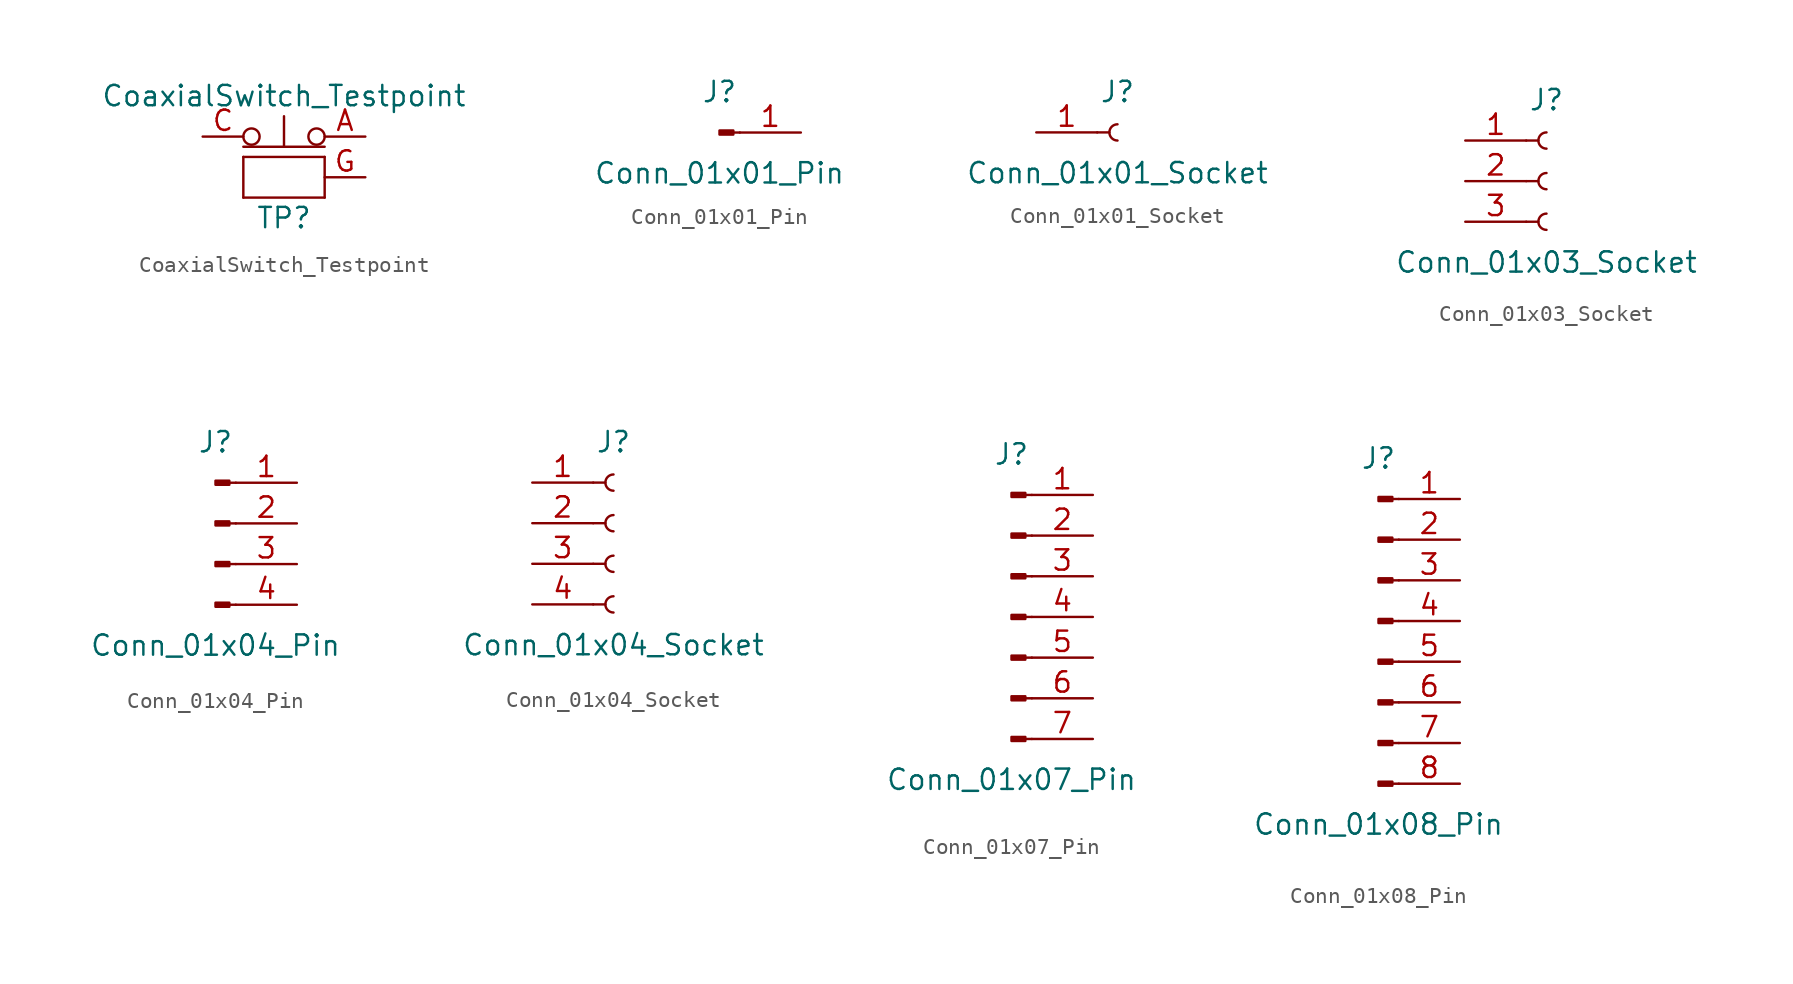
<source format=kicad_sym>
(kicad_symbol_lib
  (version 20220914)
  (generator kicad_symbol_editor)
  (symbol "CoaxialSwitch_Testpoint"
    (pin_names
      (offset 1.016) hide)
    (property "Reference" "TP"
      (at 0 -3.81 0)
      (effects (font (size 1.27 1.27))))
    (property "Value" "CoaxialSwitch_Testpoint"
      (at 0 3.81 0)
      (effects (font (size 1.27 1.27))))
    (symbol "CoaxialSwitch_Testpoint_0_1"
      (rectangle (start -2.54 -2.54) (end 2.54 -2.54) (stroke (width 0) (type default)) (fill (type none)))
      (rectangle (start -2.54 0) (end -2.54 -2.54) (stroke (width 0) (type default)) (fill (type none)))
      (rectangle (start 2.54 0) (end -2.54 0) (stroke (width 0) (type default)) (fill (type none)))
      (rectangle (start 2.54 0) (end 2.54 -2.54) (stroke (width 0) (type default)) (fill (type none))))
    (symbol "CoaxialSwitch_Testpoint_1_1"
      (circle (center -2.032 1.27) (radius 0.508) (stroke (width 0) (type default)) (fill (type none)))
      (polyline (pts (xy -2.54 0.635) (xy 2.54 0.635)) (stroke (width 0) (type default)) (fill (type none)))
      (polyline (pts (xy 0 0.635) (xy 0 2.54)) (stroke (width 0) (type default)) (fill (type none)))
      (circle (center 2.032 1.27) (radius 0.508) (stroke (width 0) (type default)) (fill (type none)))
      (pin passive line (at 5.08 1.27 180) (length 2.54) (name "A" (effects (font (size 1.27 1.27)))) (number "A" (effects (font (size 1.27 1.27)))))
      (pin passive line (at -5.08 1.27 0) (length 2.54) (name "C" (effects (font (size 1.27 1.27)))) (number "C" (effects (font (size 1.27 1.27)))))
      (pin passive line (at 5.08 -1.27 180) (length 2.54) (name "G" (effects (font (size 1.27 1.27)))) (number "G" (effects (font (size 1.27 1.27)))))))
  (symbol "Conn_01x01_Pin"
    (pin_names
      (offset 1.016) hide)
    (property "Reference" "J"
      (at 0 2.54 0)
      (effects (font (size 1.27 1.27))))
    (property "Value" "Conn_01x01_Pin"
      (at 0 -2.54 0)
      (effects (font (size 1.27 1.27))))
    (property "ki_locked" ""
      (at 0 0 0)
      (effects (font (size 1.27 1.27))))
    (symbol "Conn_01x01_Pin_1_1"
      (polyline (pts (xy 1.27 0) (xy 0.864 0)) (stroke (width 0.152) (type default)) (fill (type none)))
      (rectangle (start 0.864 0.127) (end 0 -0.127) (stroke (width 0.152) (type default)) (fill (type outline)))
      (pin passive line (at 5.08 0 180) (length 3.81) (name "Pin_1" (effects (font (size 1.27 1.27)))) (number "1" (effects (font (size 1.27 1.27)))))))
  (symbol "Conn_01x01_Socket"
    (pin_names
      (offset 1.016) hide)
    (property "Reference" "J"
      (at 0 2.54 0)
      (effects (font (size 1.27 1.27))))
    (property "Value" "Conn_01x01_Socket"
      (at 0 -2.54 0)
      (effects (font (size 1.27 1.27))))
    (property "ki_locked" ""
      (at 0 0 0)
      (effects (font (size 1.27 1.27))))
    (symbol "Conn_01x01_Socket_1_1"
      (polyline (pts (xy -1.27 0) (xy -0.508 0)) (stroke (width 0.152) (type default)) (fill (type none)))
      (arc (start 0 0.508) (mid -0.5058 0) (end 0 -0.508) (stroke (width 0.1524) (type default)) (fill (type none)))
      (pin passive line (at -5.08 0 0) (length 3.81) (name "Pin_1" (effects (font (size 1.27 1.27)))) (number "1" (effects (font (size 1.27 1.27)))))))
  (symbol "Conn_01x03_Socket"
    (pin_names
      (offset 1.016) hide)
    (property "Reference" "J"
      (at 0 5.08 0)
      (effects (font (size 1.27 1.27))))
    (property "Value" "Conn_01x03_Socket"
      (at 0 -5.08 0)
      (effects (font (size 1.27 1.27))))
    (property "ki_locked" ""
      (at 0 0 0)
      (effects (font (size 1.27 1.27))))
    (symbol "Conn_01x03_Socket_1_1"
      (arc (start 0 -2.032) (mid -0.5058 -2.54) (end 0 -3.048) (stroke (width 0.1524) (type default)) (fill (type none)))
      (polyline (pts (xy -1.27 -2.54) (xy -0.508 -2.54)) (stroke (width 0.152) (type default)) (fill (type none)))
      (polyline (pts (xy -1.27 0) (xy -0.508 0)) (stroke (width 0.152) (type default)) (fill (type none)))
      (polyline (pts (xy -1.27 2.54) (xy -0.508 2.54)) (stroke (width 0.152) (type default)) (fill (type none)))
      (arc (start 0 0.508) (mid -0.5058 0) (end 0 -0.508) (stroke (width 0.1524) (type default)) (fill (type none)))
      (arc (start 0 3.048) (mid -0.5058 2.54) (end 0 2.032) (stroke (width 0.1524) (type default)) (fill (type none)))
      (pin passive line (at -5.08 2.54 0) (length 3.81) (name "Pin_1" (effects (font (size 1.27 1.27)))) (number "1" (effects (font (size 1.27 1.27)))))
      (pin passive line (at -5.08 0 0) (length 3.81) (name "Pin_2" (effects (font (size 1.27 1.27)))) (number "2" (effects (font (size 1.27 1.27)))))
      (pin passive line (at -5.08 -2.54 0) (length 3.81) (name "Pin_3" (effects (font (size 1.27 1.27)))) (number "3" (effects (font (size 1.27 1.27)))))))
  (symbol "Conn_01x04_Pin"
    (pin_names
      (offset 1.016) hide)
    (property "Reference" "J"
      (at 0 5.08 0)
      (effects (font (size 1.27 1.27))))
    (property "Value" "Conn_01x04_Pin"
      (at 0 -7.62 0)
      (effects (font (size 1.27 1.27))))
    (property "ki_locked" ""
      (at 0 0 0)
      (effects (font (size 1.27 1.27))))
    (symbol "Conn_01x04_Pin_1_1"
      (polyline (pts (xy 1.27 -5.08) (xy 0.864 -5.08)) (stroke (width 0.152) (type default)) (fill (type none)))
      (polyline (pts (xy 1.27 -2.54) (xy 0.864 -2.54)) (stroke (width 0.152) (type default)) (fill (type none)))
      (polyline (pts (xy 1.27 0) (xy 0.864 0)) (stroke (width 0.152) (type default)) (fill (type none)))
      (polyline (pts (xy 1.27 2.54) (xy 0.864 2.54)) (stroke (width 0.152) (type default)) (fill (type none)))
      (rectangle (start 0.864 -4.953) (end 0 -5.207) (stroke (width 0.152) (type default)) (fill (type outline)))
      (rectangle (start 0.864 -2.413) (end 0 -2.667) (stroke (width 0.152) (type default)) (fill (type outline)))
      (rectangle (start 0.864 0.127) (end 0 -0.127) (stroke (width 0.152) (type default)) (fill (type outline)))
      (rectangle (start 0.864 2.667) (end 0 2.413) (stroke (width 0.152) (type default)) (fill (type outline)))
      (pin passive line (at 5.08 2.54 180) (length 3.81) (name "Pin_1" (effects (font (size 1.27 1.27)))) (number "1" (effects (font (size 1.27 1.27)))))
      (pin passive line (at 5.08 0 180) (length 3.81) (name "Pin_2" (effects (font (size 1.27 1.27)))) (number "2" (effects (font (size 1.27 1.27)))))
      (pin passive line (at 5.08 -2.54 180) (length 3.81) (name "Pin_3" (effects (font (size 1.27 1.27)))) (number "3" (effects (font (size 1.27 1.27)))))
      (pin passive line (at 5.08 -5.08 180) (length 3.81) (name "Pin_4" (effects (font (size 1.27 1.27)))) (number "4" (effects (font (size 1.27 1.27)))))))
  (symbol "Conn_01x04_Socket"
    (pin_names
      (offset 1.016) hide)
    (property "Reference" "J"
      (at 0 5.08 0)
      (effects (font (size 1.27 1.27))))
    (property "Value" "Conn_01x04_Socket"
      (at 0 -7.62 0)
      (effects (font (size 1.27 1.27))))
    (property "ki_locked" ""
      (at 0 0 0)
      (effects (font (size 1.27 1.27))))
    (symbol "Conn_01x04_Socket_1_1"
      (arc (start 0 -4.572) (mid -0.5058 -5.08) (end 0 -5.588) (stroke (width 0.1524) (type default)) (fill (type none)))
      (arc (start 0 -2.032) (mid -0.5058 -2.54) (end 0 -3.048) (stroke (width 0.1524) (type default)) (fill (type none)))
      (polyline (pts (xy -1.27 -5.08) (xy -0.508 -5.08)) (stroke (width 0.152) (type default)) (fill (type none)))
      (polyline (pts (xy -1.27 -2.54) (xy -0.508 -2.54)) (stroke (width 0.152) (type default)) (fill (type none)))
      (polyline (pts (xy -1.27 0) (xy -0.508 0)) (stroke (width 0.152) (type default)) (fill (type none)))
      (polyline (pts (xy -1.27 2.54) (xy -0.508 2.54)) (stroke (width 0.152) (type default)) (fill (type none)))
      (arc (start 0 0.508) (mid -0.5058 0) (end 0 -0.508) (stroke (width 0.1524) (type default)) (fill (type none)))
      (arc (start 0 3.048) (mid -0.5058 2.54) (end 0 2.032) (stroke (width 0.1524) (type default)) (fill (type none)))
      (pin passive line (at -5.08 2.54 0) (length 3.81) (name "Pin_1" (effects (font (size 1.27 1.27)))) (number "1" (effects (font (size 1.27 1.27)))))
      (pin passive line (at -5.08 0 0) (length 3.81) (name "Pin_2" (effects (font (size 1.27 1.27)))) (number "2" (effects (font (size 1.27 1.27)))))
      (pin passive line (at -5.08 -2.54 0) (length 3.81) (name "Pin_3" (effects (font (size 1.27 1.27)))) (number "3" (effects (font (size 1.27 1.27)))))
      (pin passive line (at -5.08 -5.08 0) (length 3.81) (name "Pin_4" (effects (font (size 1.27 1.27)))) (number "4" (effects (font (size 1.27 1.27)))))))
  (symbol "Conn_01x07_Pin"
    (pin_names
      (offset 1.016) hide)
    (property "Reference" "J"
      (at 0 10.16 0)
      (effects (font (size 1.27 1.27))))
    (property "Value" "Conn_01x07_Pin"
      (at 0 -10.16 0)
      (effects (font (size 1.27 1.27))))
    (property "ki_locked" ""
      (at 0 0 0)
      (effects (font (size 1.27 1.27))))
    (symbol "Conn_01x07_Pin_1_1"
      (polyline (pts (xy 1.27 -7.62) (xy 0.864 -7.62)) (stroke (width 0.152) (type default)) (fill (type none)))
      (polyline (pts (xy 1.27 -5.08) (xy 0.864 -5.08)) (stroke (width 0.152) (type default)) (fill (type none)))
      (polyline (pts (xy 1.27 -2.54) (xy 0.864 -2.54)) (stroke (width 0.152) (type default)) (fill (type none)))
      (polyline (pts (xy 1.27 0) (xy 0.864 0)) (stroke (width 0.152) (type default)) (fill (type none)))
      (polyline (pts (xy 1.27 2.54) (xy 0.864 2.54)) (stroke (width 0.152) (type default)) (fill (type none)))
      (polyline (pts (xy 1.27 5.08) (xy 0.864 5.08)) (stroke (width 0.152) (type default)) (fill (type none)))
      (polyline (pts (xy 1.27 7.62) (xy 0.864 7.62)) (stroke (width 0.152) (type default)) (fill (type none)))
      (rectangle (start 0.864 -7.493) (end 0 -7.747) (stroke (width 0.152) (type default)) (fill (type outline)))
      (rectangle (start 0.864 -4.953) (end 0 -5.207) (stroke (width 0.152) (type default)) (fill (type outline)))
      (rectangle (start 0.864 -2.413) (end 0 -2.667) (stroke (width 0.152) (type default)) (fill (type outline)))
      (rectangle (start 0.864 0.127) (end 0 -0.127) (stroke (width 0.152) (type default)) (fill (type outline)))
      (rectangle (start 0.864 2.667) (end 0 2.413) (stroke (width 0.152) (type default)) (fill (type outline)))
      (rectangle (start 0.864 5.207) (end 0 4.953) (stroke (width 0.152) (type default)) (fill (type outline)))
      (rectangle (start 0.864 7.747) (end 0 7.493) (stroke (width 0.152) (type default)) (fill (type outline)))
      (pin passive line (at 5.08 7.62 180) (length 3.81) (name "Pin_1" (effects (font (size 1.27 1.27)))) (number "1" (effects (font (size 1.27 1.27)))))
      (pin passive line (at 5.08 5.08 180) (length 3.81) (name "Pin_2" (effects (font (size 1.27 1.27)))) (number "2" (effects (font (size 1.27 1.27)))))
      (pin passive line (at 5.08 2.54 180) (length 3.81) (name "Pin_3" (effects (font (size 1.27 1.27)))) (number "3" (effects (font (size 1.27 1.27)))))
      (pin passive line (at 5.08 0 180) (length 3.81) (name "Pin_4" (effects (font (size 1.27 1.27)))) (number "4" (effects (font (size 1.27 1.27)))))
      (pin passive line (at 5.08 -2.54 180) (length 3.81) (name "Pin_5" (effects (font (size 1.27 1.27)))) (number "5" (effects (font (size 1.27 1.27)))))
      (pin passive line (at 5.08 -5.08 180) (length 3.81) (name "Pin_6" (effects (font (size 1.27 1.27)))) (number "6" (effects (font (size 1.27 1.27)))))
      (pin passive line (at 5.08 -7.62 180) (length 3.81) (name "Pin_7" (effects (font (size 1.27 1.27)))) (number "7" (effects (font (size 1.27 1.27)))))))
  (symbol "Conn_01x08_Pin"
    (pin_names
      (offset 1.016) hide)
    (property "Reference" "J"
      (at 0 10.16 0)
      (effects (font (size 1.27 1.27))))
    (property "Value" "Conn_01x08_Pin"
      (at 0 -12.7 0)
      (effects (font (size 1.27 1.27))))
    (property "ki_locked" ""
      (at 0 0 0)
      (effects (font (size 1.27 1.27))))
    (symbol "Conn_01x08_Pin_1_1"
      (polyline (pts (xy 1.27 -10.16) (xy 0.864 -10.16)) (stroke (width 0.152) (type default)) (fill (type none)))
      (polyline (pts (xy 1.27 -7.62) (xy 0.864 -7.62)) (stroke (width 0.152) (type default)) (fill (type none)))
      (polyline (pts (xy 1.27 -5.08) (xy 0.864 -5.08)) (stroke (width 0.152) (type default)) (fill (type none)))
      (polyline (pts (xy 1.27 -2.54) (xy 0.864 -2.54)) (stroke (width 0.152) (type default)) (fill (type none)))
      (polyline (pts (xy 1.27 0) (xy 0.864 0)) (stroke (width 0.152) (type default)) (fill (type none)))
      (polyline (pts (xy 1.27 2.54) (xy 0.864 2.54)) (stroke (width 0.152) (type default)) (fill (type none)))
      (polyline (pts (xy 1.27 5.08) (xy 0.864 5.08)) (stroke (width 0.152) (type default)) (fill (type none)))
      (polyline (pts (xy 1.27 7.62) (xy 0.864 7.62)) (stroke (width 0.152) (type default)) (fill (type none)))
      (rectangle (start 0.864 -10.033) (end 0 -10.287) (stroke (width 0.152) (type default)) (fill (type outline)))
      (rectangle (start 0.864 -7.493) (end 0 -7.747) (stroke (width 0.152) (type default)) (fill (type outline)))
      (rectangle (start 0.864 -4.953) (end 0 -5.207) (stroke (width 0.152) (type default)) (fill (type outline)))
      (rectangle (start 0.864 -2.413) (end 0 -2.667) (stroke (width 0.152) (type default)) (fill (type outline)))
      (rectangle (start 0.864 0.127) (end 0 -0.127) (stroke (width 0.152) (type default)) (fill (type outline)))
      (rectangle (start 0.864 2.667) (end 0 2.413) (stroke (width 0.152) (type default)) (fill (type outline)))
      (rectangle (start 0.864 5.207) (end 0 4.953) (stroke (width 0.152) (type default)) (fill (type outline)))
      (rectangle (start 0.864 7.747) (end 0 7.493) (stroke (width 0.152) (type default)) (fill (type outline)))
      (pin passive line (at 5.08 7.62 180) (length 3.81) (name "Pin_1" (effects (font (size 1.27 1.27)))) (number "1" (effects (font (size 1.27 1.27)))))
      (pin passive line (at 5.08 5.08 180) (length 3.81) (name "Pin_2" (effects (font (size 1.27 1.27)))) (number "2" (effects (font (size 1.27 1.27)))))
      (pin passive line (at 5.08 2.54 180) (length 3.81) (name "Pin_3" (effects (font (size 1.27 1.27)))) (number "3" (effects (font (size 1.27 1.27)))))
      (pin passive line (at 5.08 0 180) (length 3.81) (name "Pin_4" (effects (font (size 1.27 1.27)))) (number "4" (effects (font (size 1.27 1.27)))))
      (pin passive line (at 5.08 -2.54 180) (length 3.81) (name "Pin_5" (effects (font (size 1.27 1.27)))) (number "5" (effects (font (size 1.27 1.27)))))
      (pin passive line (at 5.08 -5.08 180) (length 3.81) (name "Pin_6" (effects (font (size 1.27 1.27)))) (number "6" (effects (font (size 1.27 1.27)))))
      (pin passive line (at 5.08 -7.62 180) (length 3.81) (name "Pin_7" (effects (font (size 1.27 1.27)))) (number "7" (effects (font (size 1.27 1.27)))))
      (pin passive line (at 5.08 -10.16 180) (length 3.81) (name "Pin_8" (effects (font (size 1.27 1.27)))) (number "8" (effects (font (size 1.27 1.27))))))))
</source>
